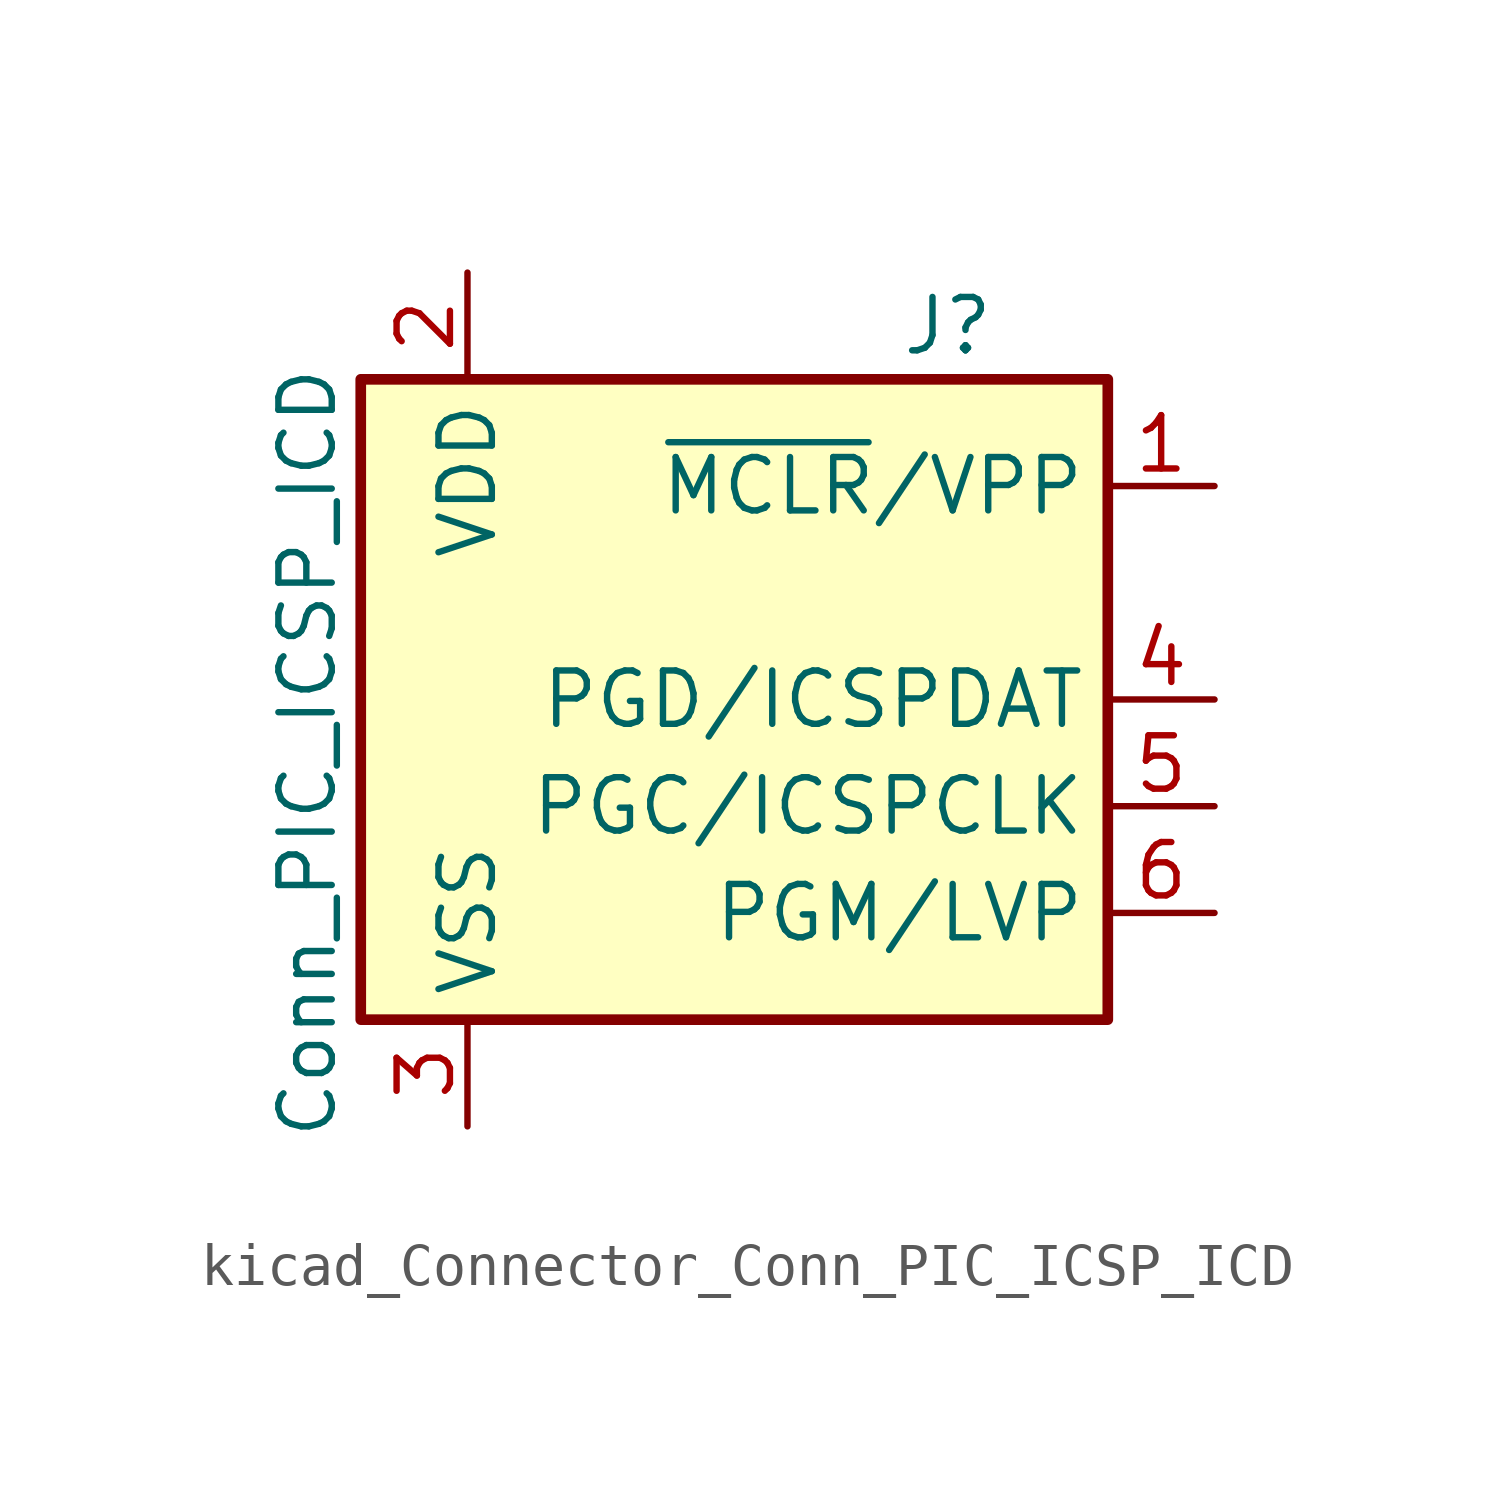
<source format=kicad_sym>
(kicad_symbol_lib
  (version 20220914)
  (generator kicad_symbol_editor)
  (symbol "kicad_Connector_Conn_PIC_ICSP_ICD"
    (property "Reference" "J"
      (at 6.35 8.89 0)
      (effects (font (size 1.27 1.27))))
    (property "Value" "Conn_PIC_ICSP_ICD"
      (at -8.89 -1.27 90)
      (effects (font (size 1.27 1.27))))
    (symbol "kicad_Connector_Conn_PIC_ICSP_ICD_0_1"
      (rectangle (start -7.62 7.62) (end 10.16 -7.62) (stroke (width 0.254) (type default)) (fill (type background))))
    (symbol "kicad_Connector_Conn_PIC_ICSP_ICD_1_1"
      (pin passive line (at 12.7 5.08 180) (length 2.54) (name "~{MCLR}/VPP" (effects (font (size 1.27 1.27)))) (number "1" (effects (font (size 1.27 1.27)))))
      (pin passive line (at -5.08 10.16 270) (length 2.54) (name "VDD" (effects (font (size 1.27 1.27)))) (number "2" (effects (font (size 1.27 1.27)))))
      (pin power_in line (at -5.08 -10.16 90) (length 2.54) (name "VSS" (effects (font (size 1.27 1.27)))) (number "3" (effects (font (size 1.27 1.27)))))
      (pin bidirectional line (at 12.7 0 180) (length 2.54) (name "PGD/ICSPDAT" (effects (font (size 1.27 1.27)))) (number "4" (effects (font (size 1.27 1.27)))))
      (pin output line (at 12.7 -2.54 180) (length 2.54) (name "PGC/ICSPCLK" (effects (font (size 1.27 1.27)))) (number "5" (effects (font (size 1.27 1.27)))))
      (pin output line (at 12.7 -5.08 180) (length 2.54) (name "PGM/LVP" (effects (font (size 1.27 1.27)))) (number "6" (effects (font (size 1.27 1.27))))))))
</source>
